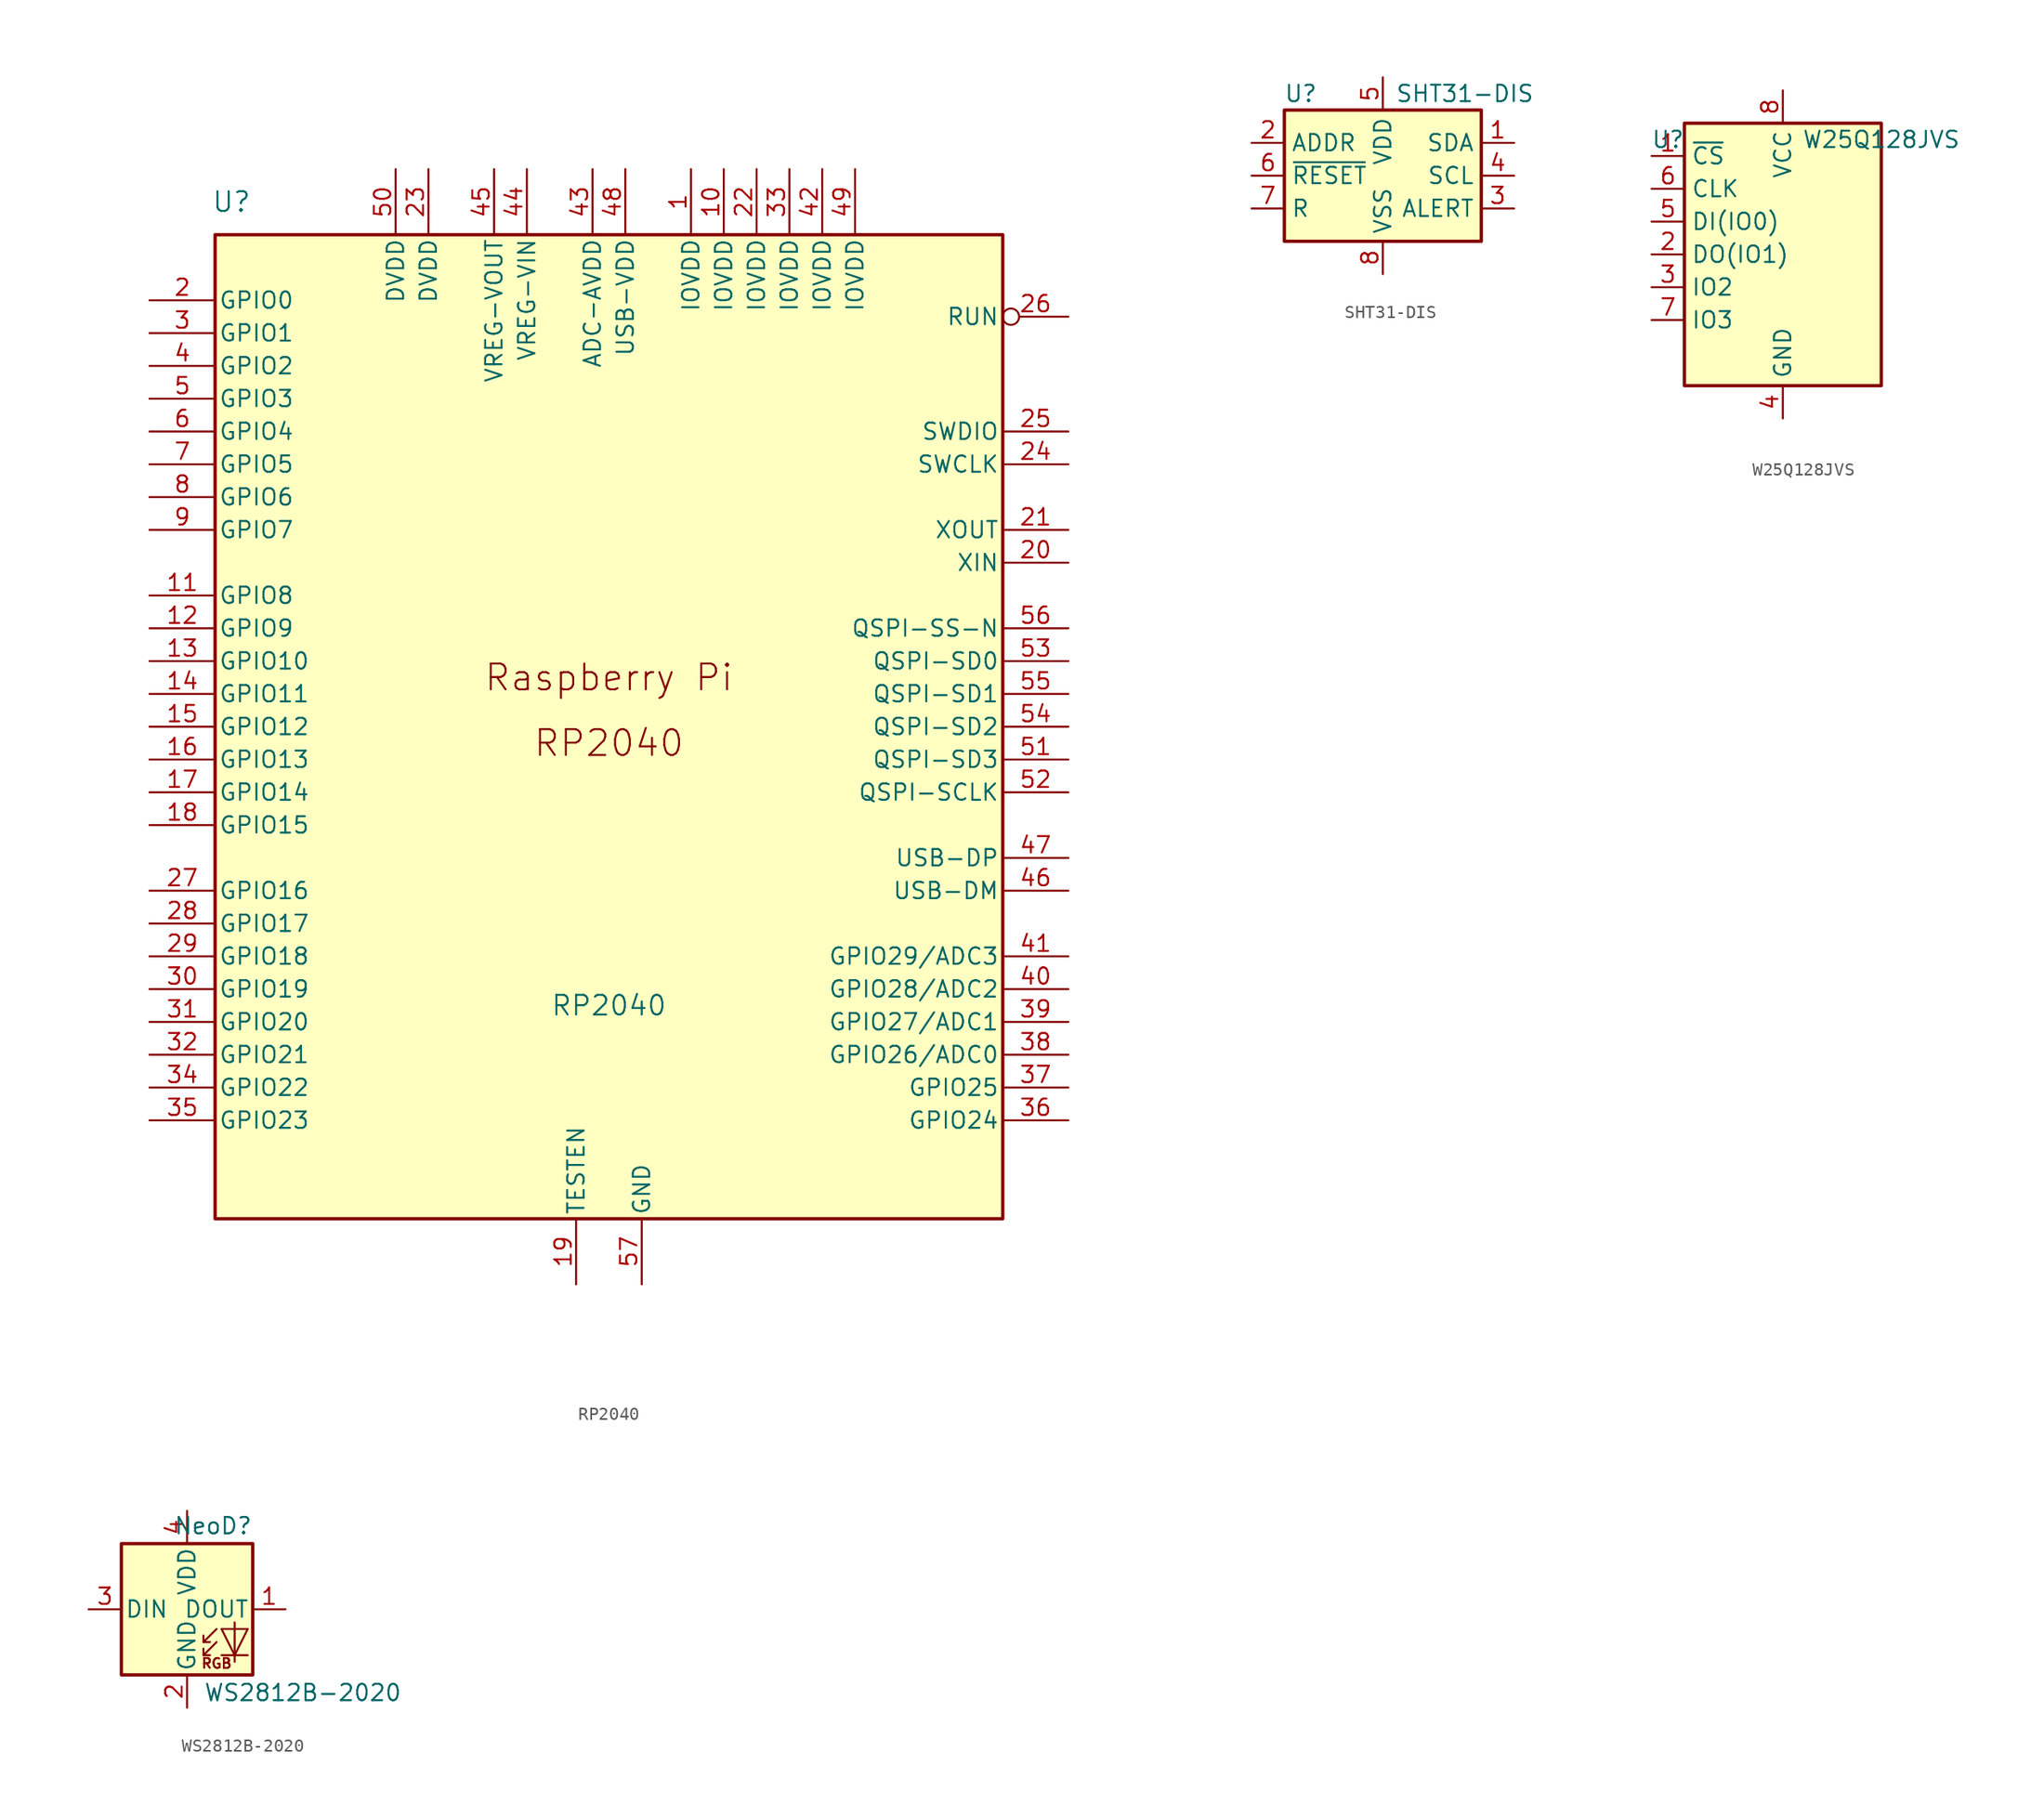
<source format=kicad_sym>
(kicad_symbol_lib
  (version 20220914)
  (generator kicad_symbol_editor)
  (symbol "RP2040"
    (pin_names
      (offset 0.254))
    (property "Reference" "U"
      (at 1.27 78.74 0)
      (effects (font (size 1.524 1.524))))
    (property "Value" "RP2040"
      (at 30.48 16.51 0)
      (effects (font (size 1.524 1.524))))
    (symbol "RP2040_0_0"
      (text "Raspberry Pi" (at 30.48 41.91 0) (effects (font (size 2 2))))
      (text "RP2040" (at 30.48 36.83 0) (effects (font (size 2 2)))))
    (symbol "RP2040_1_0"
      (rectangle (start 0 0) (end 60.96 76.2) (stroke (width 0.254) (type default)) (fill (type background))))
    (symbol "RP2040_1_1"
      (pin power_in line (at 36.83 81.28 270) (length 5.08) (name "IOVDD" (effects (font (size 1.27 1.27)))) (number "1" (effects (font (size 1.27 1.27)))))
      (pin power_in line (at 39.37 81.28 270) (length 5.08) (name "IOVDD" (effects (font (size 1.27 1.27)))) (number "10" (effects (font (size 1.27 1.27)))))
      (pin bidirectional line (at -5.08 48.26 0) (length 5.08) (name "GPIO8" (effects (font (size 1.27 1.27)))) (number "11" (effects (font (size 1.27 1.27)))))
      (pin bidirectional line (at -5.08 45.72 0) (length 5.08) (name "GPIO9" (effects (font (size 1.27 1.27)))) (number "12" (effects (font (size 1.27 1.27)))))
      (pin bidirectional line (at -5.08 43.18 0) (length 5.08) (name "GPIO10" (effects (font (size 1.27 1.27)))) (number "13" (effects (font (size 1.27 1.27)))))
      (pin bidirectional line (at -5.08 40.64 0) (length 5.08) (name "GPIO11" (effects (font (size 1.27 1.27)))) (number "14" (effects (font (size 1.27 1.27)))))
      (pin bidirectional line (at -5.08 38.1 0) (length 5.08) (name "GPIO12" (effects (font (size 1.27 1.27)))) (number "15" (effects (font (size 1.27 1.27)))))
      (pin bidirectional line (at -5.08 35.56 0) (length 5.08) (name "GPIO13" (effects (font (size 1.27 1.27)))) (number "16" (effects (font (size 1.27 1.27)))))
      (pin bidirectional line (at -5.08 33.02 0) (length 5.08) (name "GPIO14" (effects (font (size 1.27 1.27)))) (number "17" (effects (font (size 1.27 1.27)))))
      (pin bidirectional line (at -5.08 30.48 0) (length 5.08) (name "GPIO15" (effects (font (size 1.27 1.27)))) (number "18" (effects (font (size 1.27 1.27)))))
      (pin input line (at 27.94 -5.08 90) (length 5.08) (name "TESTEN" (effects (font (size 1.27 1.27)))) (number "19" (effects (font (size 1.27 1.27)))))
      (pin bidirectional line (at -5.08 71.12 0) (length 5.08) (name "GPIO0" (effects (font (size 1.27 1.27)))) (number "2" (effects (font (size 1.27 1.27)))))
      (pin bidirectional line (at 66.04 50.8 180) (length 5.08) (name "XIN" (effects (font (size 1.27 1.27)))) (number "20" (effects (font (size 1.27 1.27)))))
      (pin output line (at 66.04 53.34 180) (length 5.08) (name "XOUT" (effects (font (size 1.27 1.27)))) (number "21" (effects (font (size 1.27 1.27)))))
      (pin power_in line (at 41.91 81.28 270) (length 5.08) (name "IOVDD" (effects (font (size 1.27 1.27)))) (number "22" (effects (font (size 1.27 1.27)))))
      (pin power_in line (at 16.51 81.28 270) (length 5.08) (name "DVDD" (effects (font (size 1.27 1.27)))) (number "23" (effects (font (size 1.27 1.27)))))
      (pin unspecified line (at 66.04 58.42 180) (length 5.08) (name "SWCLK" (effects (font (size 1.27 1.27)))) (number "24" (effects (font (size 1.27 1.27)))))
      (pin unspecified line (at 66.04 60.96 180) (length 5.08) (name "SWDIO" (effects (font (size 1.27 1.27)))) (number "25" (effects (font (size 1.27 1.27)))))
      (pin input inverted (at 66.04 69.85 180) (length 5.08) (name "RUN" (effects (font (size 1.27 1.27)))) (number "26" (effects (font (size 1.27 1.27)))))
      (pin bidirectional line (at -5.08 25.4 0) (length 5.08) (name "GPIO16" (effects (font (size 1.27 1.27)))) (number "27" (effects (font (size 1.27 1.27)))))
      (pin bidirectional line (at -5.08 22.86 0) (length 5.08) (name "GPIO17" (effects (font (size 1.27 1.27)))) (number "28" (effects (font (size 1.27 1.27)))))
      (pin bidirectional line (at -5.08 20.32 0) (length 5.08) (name "GPIO18" (effects (font (size 1.27 1.27)))) (number "29" (effects (font (size 1.27 1.27)))))
      (pin bidirectional line (at -5.08 68.58 0) (length 5.08) (name "GPIO1" (effects (font (size 1.27 1.27)))) (number "3" (effects (font (size 1.27 1.27)))))
      (pin bidirectional line (at -5.08 17.78 0) (length 5.08) (name "GPIO19" (effects (font (size 1.27 1.27)))) (number "30" (effects (font (size 1.27 1.27)))))
      (pin bidirectional line (at -5.08 15.24 0) (length 5.08) (name "GPIO20" (effects (font (size 1.27 1.27)))) (number "31" (effects (font (size 1.27 1.27)))))
      (pin bidirectional line (at -5.08 12.7 0) (length 5.08) (name "GPIO21" (effects (font (size 1.27 1.27)))) (number "32" (effects (font (size 1.27 1.27)))))
      (pin power_in line (at 44.45 81.28 270) (length 5.08) (name "IOVDD" (effects (font (size 1.27 1.27)))) (number "33" (effects (font (size 1.27 1.27)))))
      (pin bidirectional line (at -5.08 10.16 0) (length 5.08) (name "GPIO22" (effects (font (size 1.27 1.27)))) (number "34" (effects (font (size 1.27 1.27)))))
      (pin bidirectional line (at -5.08 7.62 0) (length 5.08) (name "GPIO23" (effects (font (size 1.27 1.27)))) (number "35" (effects (font (size 1.27 1.27)))))
      (pin bidirectional line (at 66.04 7.62 180) (length 5.08) (name "GPIO24" (effects (font (size 1.27 1.27)))) (number "36" (effects (font (size 1.27 1.27)))))
      (pin bidirectional line (at 66.04 10.16 180) (length 5.08) (name "GPIO25" (effects (font (size 1.27 1.27)))) (number "37" (effects (font (size 1.27 1.27)))))
      (pin bidirectional line (at 66.04 12.7 180) (length 5.08) (name "GPIO26/ADC0" (effects (font (size 1.27 1.27)))) (number "38" (effects (font (size 1.27 1.27)))))
      (pin bidirectional line (at 66.04 15.24 180) (length 5.08) (name "GPIO27/ADC1" (effects (font (size 1.27 1.27)))) (number "39" (effects (font (size 1.27 1.27)))))
      (pin bidirectional line (at -5.08 66.04 0) (length 5.08) (name "GPIO2" (effects (font (size 1.27 1.27)))) (number "4" (effects (font (size 1.27 1.27)))))
      (pin bidirectional line (at 66.04 17.78 180) (length 5.08) (name "GPIO28/ADC2" (effects (font (size 1.27 1.27)))) (number "40" (effects (font (size 1.27 1.27)))))
      (pin bidirectional line (at 66.04 20.32 180) (length 5.08) (name "GPIO29/ADC3" (effects (font (size 1.27 1.27)))) (number "41" (effects (font (size 1.27 1.27)))))
      (pin power_in line (at 46.99 81.28 270) (length 5.08) (name "IOVDD" (effects (font (size 1.27 1.27)))) (number "42" (effects (font (size 1.27 1.27)))))
      (pin power_in line (at 29.21 81.28 270) (length 5.08) (name "ADC-AVDD" (effects (font (size 1.27 1.27)))) (number "43" (effects (font (size 1.27 1.27)))))
      (pin power_in line (at 24.13 81.28 270) (length 5.08) (name "VREG-VIN" (effects (font (size 1.27 1.27)))) (number "44" (effects (font (size 1.27 1.27)))))
      (pin power_out line (at 21.59 81.28 270) (length 5.08) (name "VREG-VOUT" (effects (font (size 1.27 1.27)))) (number "45" (effects (font (size 1.27 1.27)))))
      (pin bidirectional line (at 66.04 25.4 180) (length 5.08) (name "USB-DM" (effects (font (size 1.27 1.27)))) (number "46" (effects (font (size 1.27 1.27)))))
      (pin bidirectional line (at 66.04 27.94 180) (length 5.08) (name "USB-DP" (effects (font (size 1.27 1.27)))) (number "47" (effects (font (size 1.27 1.27)))))
      (pin power_in line (at 31.75 81.28 270) (length 5.08) (name "USB-VDD" (effects (font (size 1.27 1.27)))) (number "48" (effects (font (size 1.27 1.27)))))
      (pin power_in line (at 49.53 81.28 270) (length 5.08) (name "IOVDD" (effects (font (size 1.27 1.27)))) (number "49" (effects (font (size 1.27 1.27)))))
      (pin bidirectional line (at -5.08 63.5 0) (length 5.08) (name "GPIO3" (effects (font (size 1.27 1.27)))) (number "5" (effects (font (size 1.27 1.27)))))
      (pin power_in line (at 13.97 81.28 270) (length 5.08) (name "DVDD" (effects (font (size 1.27 1.27)))) (number "50" (effects (font (size 1.27 1.27)))))
      (pin bidirectional line (at 66.04 35.56 180) (length 5.08) (name "QSPI-SD3" (effects (font (size 1.27 1.27)))) (number "51" (effects (font (size 1.27 1.27)))))
      (pin bidirectional line (at 66.04 33.02 180) (length 5.08) (name "QSPI-SCLK" (effects (font (size 1.27 1.27)))) (number "52" (effects (font (size 1.27 1.27)))))
      (pin bidirectional line (at 66.04 43.18 180) (length 5.08) (name "QSPI-SD0" (effects (font (size 1.27 1.27)))) (number "53" (effects (font (size 1.27 1.27)))))
      (pin bidirectional line (at 66.04 38.1 180) (length 5.08) (name "QSPI-SD2" (effects (font (size 1.27 1.27)))) (number "54" (effects (font (size 1.27 1.27)))))
      (pin bidirectional line (at 66.04 40.64 180) (length 5.08) (name "QSPI-SD1" (effects (font (size 1.27 1.27)))) (number "55" (effects (font (size 1.27 1.27)))))
      (pin bidirectional line (at 66.04 45.72 180) (length 5.08) (name "QSPI-SS-N" (effects (font (size 1.27 1.27)))) (number "56" (effects (font (size 1.27 1.27)))))
      (pin power_in line (at 33.02 -5.08 90) (length 5.08) (name "GND" (effects (font (size 1.27 1.27)))) (number "57" (effects (font (size 1.27 1.27)))))
      (pin bidirectional line (at -5.08 60.96 0) (length 5.08) (name "GPIO4" (effects (font (size 1.27 1.27)))) (number "6" (effects (font (size 1.27 1.27)))))
      (pin bidirectional line (at -5.08 58.42 0) (length 5.08) (name "GPIO5" (effects (font (size 1.27 1.27)))) (number "7" (effects (font (size 1.27 1.27)))))
      (pin bidirectional line (at -5.08 55.88 0) (length 5.08) (name "GPIO6" (effects (font (size 1.27 1.27)))) (number "8" (effects (font (size 1.27 1.27)))))
      (pin bidirectional line (at -5.08 53.34 0) (length 5.08) (name "GPIO7" (effects (font (size 1.27 1.27)))) (number "9" (effects (font (size 1.27 1.27)))))))
  (symbol "SHT31-DIS"
    (property "Reference" "U"
      (at -6.35 6.35 0)
      (effects (font (size 1.27 1.27))))
    (property "Value" "SHT31-DIS"
      (at 6.35 6.35 0)
      (effects (font (size 1.27 1.27))))
    (symbol "SHT31-DIS_0_1"
      (rectangle (start -7.62 5.08) (end 7.62 -5.08) (stroke (width 0.254) (type default)) (fill (type background))))
    (symbol "SHT31-DIS_1_1"
      (pin bidirectional line (at 10.16 2.54 180) (length 2.54) (name "SDA" (effects (font (size 1.27 1.27)))) (number "1" (effects (font (size 1.27 1.27)))))
      (pin input line (at -10.16 2.54 0) (length 2.54) (name "ADDR" (effects (font (size 1.27 1.27)))) (number "2" (effects (font (size 1.27 1.27)))))
      (pin output line (at 10.16 -2.54 180) (length 2.54) (name "ALERT" (effects (font (size 1.27 1.27)))) (number "3" (effects (font (size 1.27 1.27)))))
      (pin input line (at 10.16 0 180) (length 2.54) (name "SCL" (effects (font (size 1.27 1.27)))) (number "4" (effects (font (size 1.27 1.27)))))
      (pin power_in line (at 0 7.62 270) (length 2.54) (name "VDD" (effects (font (size 1.27 1.27)))) (number "5" (effects (font (size 1.27 1.27)))))
      (pin input line (at -10.16 0 0) (length 2.54) (name "~{RESET}" (effects (font (size 1.27 1.27)))) (number "6" (effects (font (size 1.27 1.27)))))
      (pin passive line (at -10.16 -2.54 0) (length 2.54) (name "R" (effects (font (size 1.27 1.27)))) (number "7" (effects (font (size 1.27 1.27)))))
      (pin power_in line (at 0 -7.62 90) (length 2.54) (name "VSS" (effects (font (size 1.27 1.27)))) (number "8" (effects (font (size 1.27 1.27)))))
      (pin passive line (at 0 -7.62 90) (length 2.54) hide (name "VSS" (effects (font (size 1.27 1.27)))) (number "9" (effects (font (size 1.27 1.27)))))))
  (symbol "W25Q128JVS"
    (property "Reference" "U"
      (at -8.89 8.89 0)
      (effects (font (size 1.27 1.27))))
    (property "Value" "W25Q128JVS"
      (at 7.62 8.89 0)
      (effects (font (size 1.27 1.27))))
    (symbol "W25Q128JVS_0_1"
      (rectangle (start -7.62 10.16) (end 7.62 -10.16) (stroke (width 0.254) (type default)) (fill (type background))))
    (symbol "W25Q128JVS_1_1"
      (pin input line (at -10.16 7.62 0) (length 2.54) (name "~{CS}" (effects (font (size 1.27 1.27)))) (number "1" (effects (font (size 1.27 1.27)))))
      (pin bidirectional line (at -10.16 0 0) (length 2.54) (name "DO(IO1)" (effects (font (size 1.27 1.27)))) (number "2" (effects (font (size 1.27 1.27)))))
      (pin bidirectional line (at -10.16 -2.54 0) (length 2.54) (name "IO2" (effects (font (size 1.27 1.27)))) (number "3" (effects (font (size 1.27 1.27)))))
      (pin power_in line (at 0 -12.7 90) (length 2.54) (name "GND" (effects (font (size 1.27 1.27)))) (number "4" (effects (font (size 1.27 1.27)))))
      (pin bidirectional line (at -10.16 2.54 0) (length 2.54) (name "DI(IO0)" (effects (font (size 1.27 1.27)))) (number "5" (effects (font (size 1.27 1.27)))))
      (pin input line (at -10.16 5.08 0) (length 2.54) (name "CLK" (effects (font (size 1.27 1.27)))) (number "6" (effects (font (size 1.27 1.27)))))
      (pin bidirectional line (at -10.16 -5.08 0) (length 2.54) (name "IO3" (effects (font (size 1.27 1.27)))) (number "7" (effects (font (size 1.27 1.27)))))
      (pin power_in line (at 0 12.7 270) (length 2.54) (name "VCC" (effects (font (size 1.27 1.27)))) (number "8" (effects (font (size 1.27 1.27)))))))
  (symbol "WS2812B-2020"
    (pin_names
      (offset 0.254))
    (property "Reference" "NeoD"
      (at 5.08 5.715 0)
      (effects (font (size 1.27 1.27)) (justify right bottom)))
    (property "Value" "WS2812B-2020"
      (at 1.27 -5.715 0)
      (effects (font (size 1.27 1.27)) (justify left top)))
    (symbol "WS2812B-2020_0_0"
      (text "RGB" (at 2.286 -4.191 0) (effects (font (size 0.762 0.762)))))
    (symbol "WS2812B-2020_0_1"
      (rectangle (start -5.08 5.08) (end 5.08 -5.08) (stroke (width 0.254) (type default)) (fill (type background)))
      (polyline (pts (xy 1.27 -3.556) (xy 1.778 -3.556)) (stroke (width 0) (type default)) (fill (type none)))
      (polyline (pts (xy 1.27 -2.54) (xy 1.778 -2.54)) (stroke (width 0) (type default)) (fill (type none)))
      (polyline (pts (xy 4.699 -3.556) (xy 2.667 -3.556)) (stroke (width 0) (type default)) (fill (type none)))
      (polyline (pts (xy 2.286 -2.54) (xy 1.27 -3.556) (xy 1.27 -3.048)) (stroke (width 0) (type default)) (fill (type none)))
      (polyline (pts (xy 2.286 -1.524) (xy 1.27 -2.54) (xy 1.27 -2.032)) (stroke (width 0) (type default)) (fill (type none)))
      (polyline (pts (xy 3.683 -1.016) (xy 3.683 -3.556) (xy 3.683 -4.064)) (stroke (width 0) (type default)) (fill (type none)))
      (polyline (pts (xy 4.699 -1.524) (xy 2.667 -1.524) (xy 3.683 -3.556) (xy 4.699 -1.524)) (stroke (width 0) (type default)) (fill (type none))))
    (symbol "WS2812B-2020_1_1"
      (pin output line (at 7.62 0 180) (length 2.54) (name "DOUT" (effects (font (size 1.27 1.27)))) (number "1" (effects (font (size 1.27 1.27)))))
      (pin power_in line (at 0 -7.62 90) (length 2.54) (name "GND" (effects (font (size 1.27 1.27)))) (number "2" (effects (font (size 1.27 1.27)))))
      (pin input line (at -7.62 0 0) (length 2.54) (name "DIN" (effects (font (size 1.27 1.27)))) (number "3" (effects (font (size 1.27 1.27)))))
      (pin power_in line (at 0 7.62 270) (length 2.54) (name "VDD" (effects (font (size 1.27 1.27)))) (number "4" (effects (font (size 1.27 1.27))))))))
</source>
